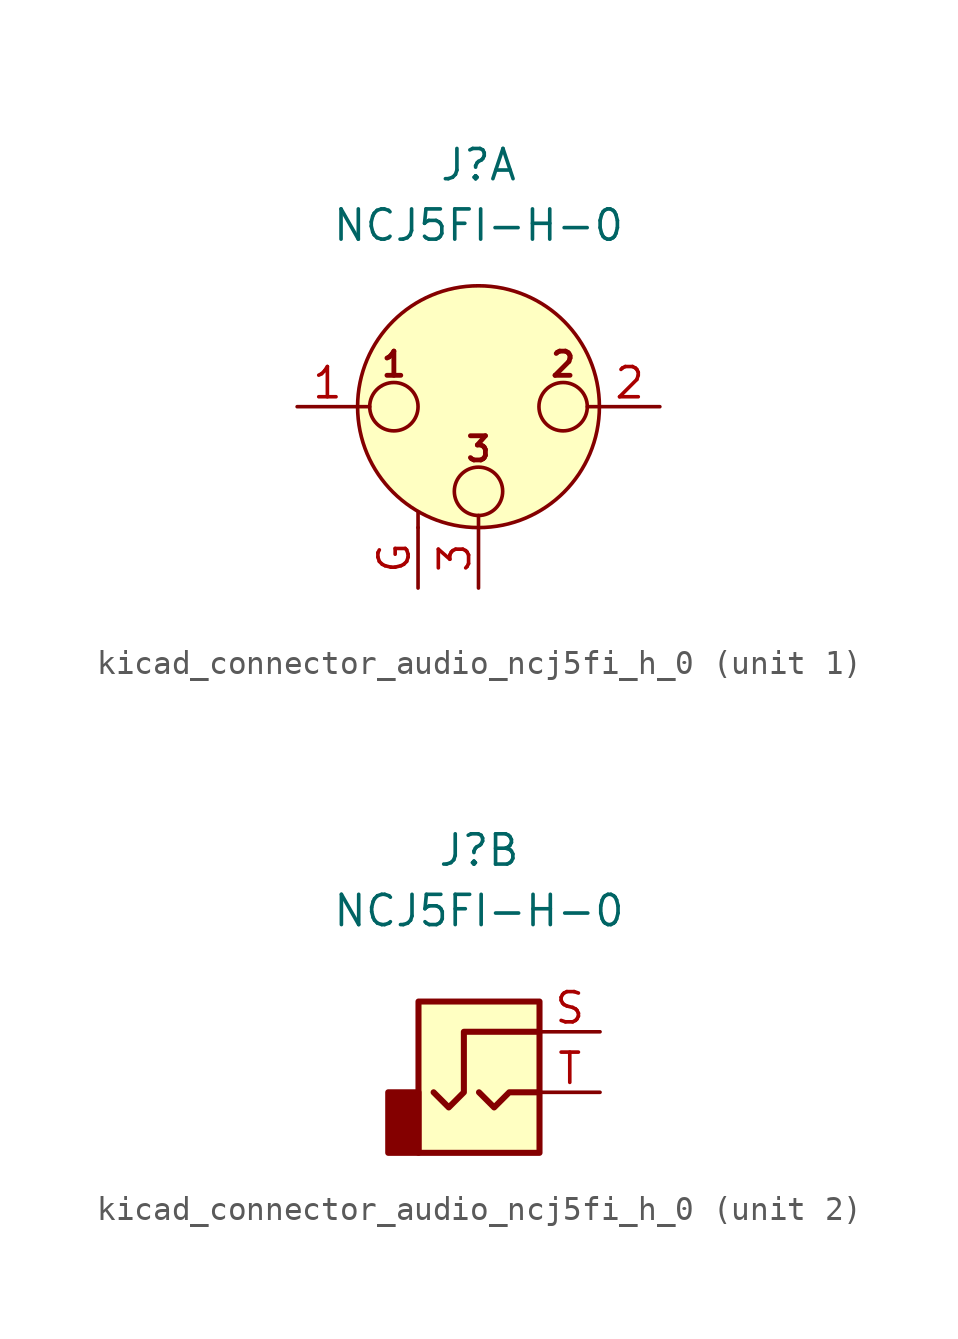
<source format=kicad_sym>
(kicad_symbol_lib
  (version 20220914)
  (generator kicad_symbol_editor)
  (symbol "kicad_connector_audio_ncj5fi_h_0"
    (pin_names hide)
    (property "Reference" "J"
      (at 0 10.16 0)
      (effects (font (size 1.27 1.27))))
    (property "Value" "NCJ5FI-H-0"
      (at 0 7.62 0)
      (effects (font (size 1.27 1.27))))
    (symbol "kicad_connector_audio_ncj5fi_h_0_1_1"
      (circle (center -3.556 0) (radius 1.016) (stroke (width 0) (type default)) (fill (type none)))
      (circle (center 0 -3.556) (radius 1.016) (stroke (width 0) (type default)) (fill (type none)))
      (polyline (pts (xy -5.08 0) (xy -4.572 0)) (stroke (width 0) (type default)) (fill (type none)))
      (polyline (pts (xy -2.54 -5.08) (xy -2.54 -4.445)) (stroke (width 0) (type default)) (fill (type none)))
      (polyline (pts (xy 0 -5.08) (xy 0 -4.572)) (stroke (width 0) (type default)) (fill (type none)))
      (polyline (pts (xy 5.08 0) (xy 4.572 0)) (stroke (width 0) (type default)) (fill (type none)))
      (circle (center 0 0) (radius 5.08) (stroke (width 0) (type default)) (fill (type background)))
      (circle (center 3.556 0) (radius 1.016) (stroke (width 0) (type default)) (fill (type none)))
      (text "1" (at -3.556 1.778 0) (effects (font (size 1.016 1.016) bold)))
      (text "2" (at 3.556 1.778 0) (effects (font (size 1.016 1.016) bold)))
      (text "3" (at 0 -1.778 0) (effects (font (size 1.016 1.016) bold)))
      (pin passive line (at -7.62 0 0) (length 2.54) (name "~" (effects (font (size 1.27 1.27)))) (number "1" (effects (font (size 1.27 1.27)))))
      (pin passive line (at 7.62 0 180) (length 2.54) (name "~" (effects (font (size 1.27 1.27)))) (number "2" (effects (font (size 1.27 1.27)))))
      (pin passive line (at 0 -7.62 90) (length 2.54) (name "~" (effects (font (size 1.27 1.27)))) (number "3" (effects (font (size 1.27 1.27)))))
      (pin passive line (at -2.54 -7.62 90) (length 2.54) (name "~" (effects (font (size 1.27 1.27)))) (number "G" (effects (font (size 1.27 1.27))))))
    (symbol "kicad_connector_audio_ncj5fi_h_0_2_1"
      (rectangle (start -2.54 0) (end -3.81 -2.54) (stroke (width 0.254) (type default)) (fill (type outline)))
      (polyline (pts (xy 0 0) (xy 0.635 -0.635) (xy 1.27 0) (xy 2.54 0)) (stroke (width 0.254) (type default)) (fill (type none)))
      (polyline (pts (xy 2.54 2.54) (xy -0.635 2.54) (xy -0.635 0) (xy -1.27 -0.635) (xy -1.905 0)) (stroke (width 0.254) (type default)) (fill (type none)))
      (rectangle (start 2.54 3.81) (end -2.54 -2.54) (stroke (width 0.254) (type default)) (fill (type background)))
      (pin passive line (at 5.08 2.54 180) (length 2.54) (name "~" (effects (font (size 1.27 1.27)))) (number "S" (effects (font (size 1.27 1.27)))))
      (pin passive line (at 5.08 0 180) (length 2.54) (name "~" (effects (font (size 1.27 1.27)))) (number "T" (effects (font (size 1.27 1.27))))))))
</source>
